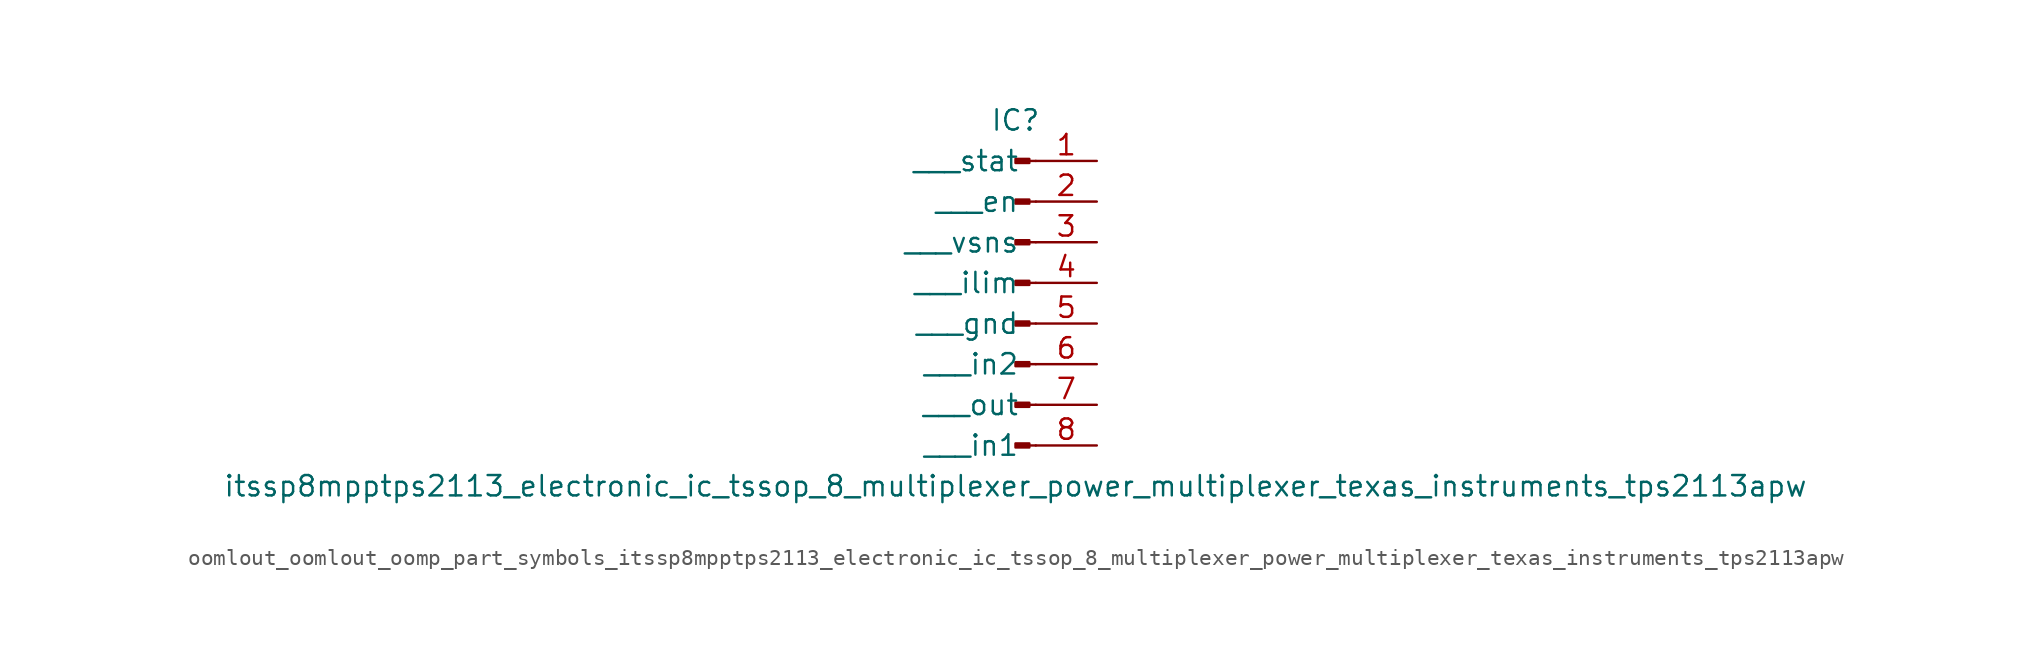
<source format=kicad_sym>
(kicad_symbol_lib
  (version 20220914)
  (generator kicad_symbol_editor)
  (symbol "oomlout_oomlout_oomp_part_symbols_itssp8mpptps2113_electronic_ic_tssop_8_multiplexer_power_multiplexer_texas_instruments_tps2113apw"
    (pin_names
      (offset 1.016))
    (property "Reference" "IC"
      (at 0 10.16 0)
      (effects (font (size 1.27 1.27))))
    (property "Value" "itssp8mpptps2113_electronic_ic_tssop_8_multiplexer_power_multiplexer_texas_instruments_tps2113apw"
      (at 0 -12.7 0)
      (effects (font (size 1.27 1.27))))
    (property "ki_locked" ""
      (at 0 0 0)
      (effects (font (size 1.27 1.27))))
    (symbol "oomlout_oomlout_oomp_part_symbols_itssp8mpptps2113_electronic_ic_tssop_8_multiplexer_power_multiplexer_texas_instruments_tps2113apw_1_1"
      (polyline (pts (xy 1.27 -10.16) (xy 0.864 -10.16)) (stroke (width 0.152) (type default)) (fill (type none)))
      (polyline (pts (xy 1.27 -7.62) (xy 0.864 -7.62)) (stroke (width 0.152) (type default)) (fill (type none)))
      (polyline (pts (xy 1.27 -5.08) (xy 0.864 -5.08)) (stroke (width 0.152) (type default)) (fill (type none)))
      (polyline (pts (xy 1.27 -2.54) (xy 0.864 -2.54)) (stroke (width 0.152) (type default)) (fill (type none)))
      (polyline (pts (xy 1.27 0) (xy 0.864 0)) (stroke (width 0.152) (type default)) (fill (type none)))
      (polyline (pts (xy 1.27 2.54) (xy 0.864 2.54)) (stroke (width 0.152) (type default)) (fill (type none)))
      (polyline (pts (xy 1.27 5.08) (xy 0.864 5.08)) (stroke (width 0.152) (type default)) (fill (type none)))
      (polyline (pts (xy 1.27 7.62) (xy 0.864 7.62)) (stroke (width 0.152) (type default)) (fill (type none)))
      (rectangle (start 0.864 -10.033) (end 0 -10.287) (stroke (width 0.152) (type default)) (fill (type outline)))
      (rectangle (start 0.864 -7.493) (end 0 -7.747) (stroke (width 0.152) (type default)) (fill (type outline)))
      (rectangle (start 0.864 -4.953) (end 0 -5.207) (stroke (width 0.152) (type default)) (fill (type outline)))
      (rectangle (start 0.864 -2.413) (end 0 -2.667) (stroke (width 0.152) (type default)) (fill (type outline)))
      (rectangle (start 0.864 0.127) (end 0 -0.127) (stroke (width 0.152) (type default)) (fill (type outline)))
      (rectangle (start 0.864 2.667) (end 0 2.413) (stroke (width 0.152) (type default)) (fill (type outline)))
      (rectangle (start 0.864 5.207) (end 0 4.953) (stroke (width 0.152) (type default)) (fill (type outline)))
      (rectangle (start 0.864 7.747) (end 0 7.493) (stroke (width 0.152) (type default)) (fill (type outline)))
      (pin passive line (at 5.08 7.62 180) (length 3.81) (name "   stat" (effects (font (size 1.27 1.27)))) (number "1" (effects (font (size 1.27 1.27)))))
      (pin passive line (at 5.08 5.08 180) (length 3.81) (name "   en" (effects (font (size 1.27 1.27)))) (number "2" (effects (font (size 1.27 1.27)))))
      (pin passive line (at 5.08 2.54 180) (length 3.81) (name "   vsns" (effects (font (size 1.27 1.27)))) (number "3" (effects (font (size 1.27 1.27)))))
      (pin passive line (at 5.08 0 180) (length 3.81) (name "   ilim" (effects (font (size 1.27 1.27)))) (number "4" (effects (font (size 1.27 1.27)))))
      (pin passive line (at 5.08 -2.54 180) (length 3.81) (name "   gnd" (effects (font (size 1.27 1.27)))) (number "5" (effects (font (size 1.27 1.27)))))
      (pin passive line (at 5.08 -5.08 180) (length 3.81) (name "   in2" (effects (font (size 1.27 1.27)))) (number "6" (effects (font (size 1.27 1.27)))))
      (pin passive line (at 5.08 -7.62 180) (length 3.81) (name "   out" (effects (font (size 1.27 1.27)))) (number "7" (effects (font (size 1.27 1.27)))))
      (pin passive line (at 5.08 -10.16 180) (length 3.81) (name "   in1" (effects (font (size 1.27 1.27)))) (number "8" (effects (font (size 1.27 1.27))))))))
</source>
